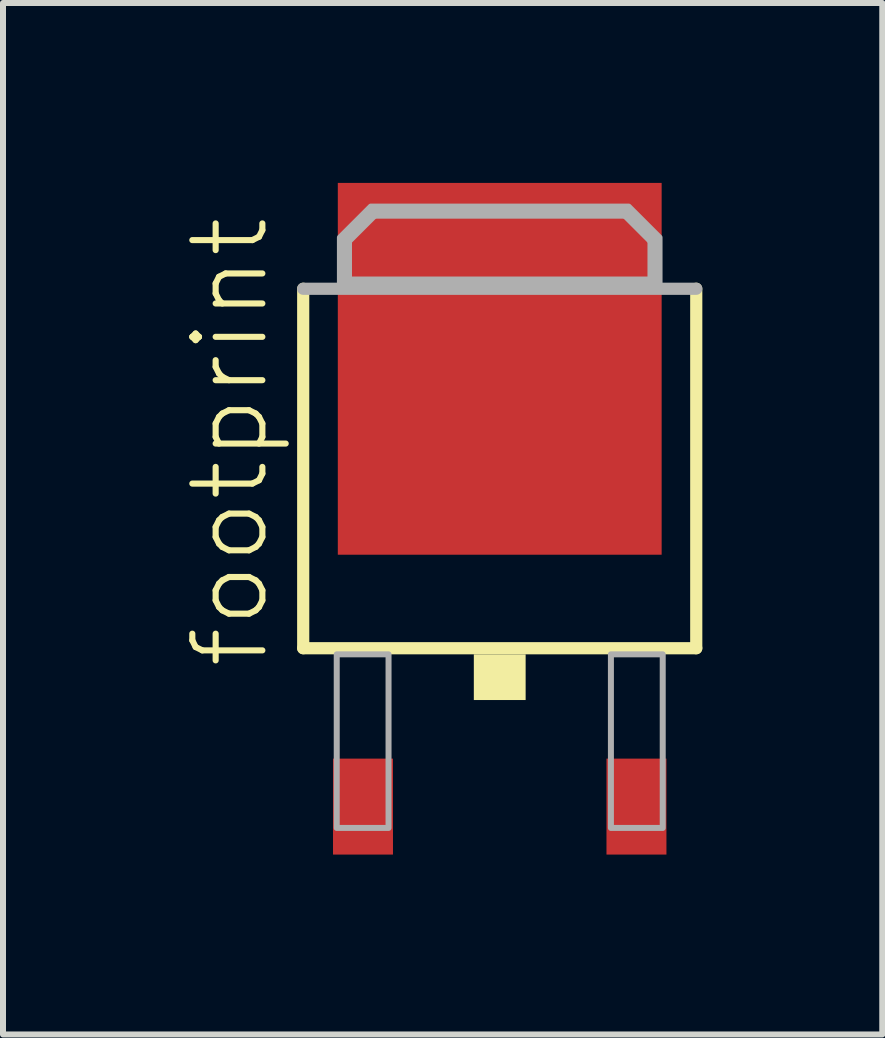
<source format=kicad_pcb>
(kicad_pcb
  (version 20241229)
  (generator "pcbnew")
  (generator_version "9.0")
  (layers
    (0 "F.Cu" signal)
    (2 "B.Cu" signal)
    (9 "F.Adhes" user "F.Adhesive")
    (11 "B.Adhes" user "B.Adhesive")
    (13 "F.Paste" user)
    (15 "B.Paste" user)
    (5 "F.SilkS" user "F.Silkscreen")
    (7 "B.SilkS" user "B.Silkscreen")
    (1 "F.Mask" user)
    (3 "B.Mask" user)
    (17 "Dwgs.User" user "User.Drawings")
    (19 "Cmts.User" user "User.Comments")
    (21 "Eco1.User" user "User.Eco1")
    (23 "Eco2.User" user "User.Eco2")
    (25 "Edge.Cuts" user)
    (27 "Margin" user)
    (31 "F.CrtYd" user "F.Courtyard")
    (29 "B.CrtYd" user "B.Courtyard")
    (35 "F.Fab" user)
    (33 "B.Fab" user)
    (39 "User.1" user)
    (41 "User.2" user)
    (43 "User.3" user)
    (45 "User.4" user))
  (footprint "footprint"
    (layer "F.Cu")
    (at 5.283 5.6)
    (property "Reference" "footprint" (at -3.81 2.54 90) (layer "F.SilkS") (effects (font (size 1.168 1.168) (thickness 0.102)) (justify left bottom)))
    (fp_line (start -3.277 2.159) (end -3.277 -3.835) (stroke (width 0.203) (type solid)) (layer "F.SilkS"))
    (fp_line (start 3.277 -3.835) (end 3.277 2.159) (stroke (width 0.203) (type solid)) (layer "F.SilkS"))
    (fp_line (start 3.277 2.159) (end -3.277 2.159) (stroke (width 0.203) (type solid)) (layer "F.SilkS"))
    (fp_poly (pts (xy -0.432 3.023) (xy 0.432 3.023) (xy 0.432 2.261) (xy -0.432 2.261)) (stroke (width 0) (type solid)) (fill yes) (layer "F.SilkS"))
    (fp_line (start -3.277 -3.835) (end 3.277 -3.835) (stroke (width 0.203) (type solid)) (layer "F.Fab"))
    (fp_line (start -2.565 -4.648) (end -2.108 -5.105) (stroke (width 0.203) (type solid)) (layer "F.Fab"))
    (fp_line (start -2.565 -3.937) (end -2.565 -4.648) (stroke (width 0.203) (type solid)) (layer "F.Fab"))
    (fp_line (start -2.108 -5.105) (end 2.108 -5.105) (stroke (width 0.203) (type solid)) (layer "F.Fab"))
    (fp_line (start 2.108 -5.105) (end 2.565 -4.648) (stroke (width 0.203) (type solid)) (layer "F.Fab"))
    (fp_line (start 2.565 -4.648) (end 2.565 -3.937) (stroke (width 0.203) (type solid)) (layer "F.Fab"))
    (fp_line (start 2.565 -3.937) (end -2.565 -3.937) (stroke (width 0.203) (type solid)) (layer "F.Fab"))
    (fp_poly (pts (xy -2.718 5.156) (xy -1.854 5.156) (xy -1.854 2.261) (xy -2.718 2.261)) (stroke (width 0.1) (type solid)) (fill no) (layer "F.Fab"))
    (fp_poly (pts (xy 1.854 5.156) (xy 2.718 5.156) (xy 2.718 2.261) (xy 1.854 2.261)) (stroke (width 0.1) (type solid)) (fill no) (layer "F.Fab"))
    (fp_poly (pts (xy 2.665 -4.69) (xy 2.665 -3.837) (xy -2.665 -3.837) (xy -2.665 -4.69) (xy -2.15 -5.205) (xy 2.15 -5.205)) (stroke (width 0.1) (type solid)) (fill no) (layer "F.Fab"))
    (pad "A" smd rect (at 0 -2.5) (size 5.4 6.2) (layers "F.Cu" "F.Mask" "F.Paste"))
    (pad "C" smd rect (at 2.28 4.8) (size 1 1.6) (layers "F.Cu" "F.Mask" "F.Paste"))
    (pad "G" smd rect (at -2.28 4.8) (size 1 1.6) (layers "F.Cu" "F.Mask" "F.Paste")))
  (gr_rect
    (start -3 -3)
    (end 11.662 14.2)
    (stroke (width 0.1) (type default))
    (fill no)
    (layer "Edge.Cuts")))
</source>
